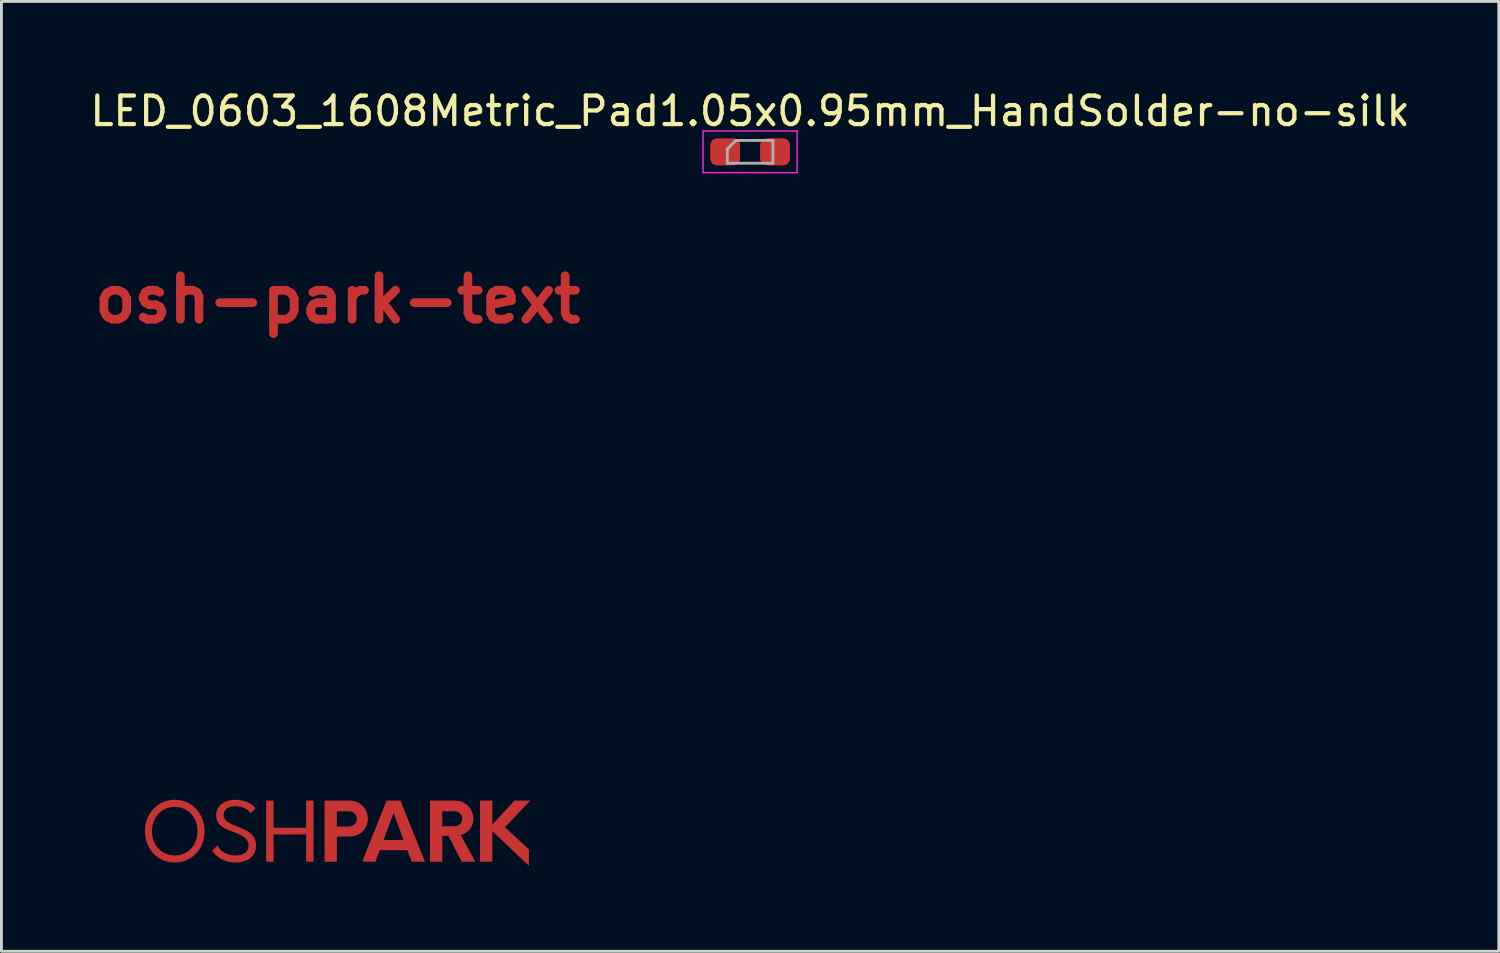
<source format=kicad_pcb>
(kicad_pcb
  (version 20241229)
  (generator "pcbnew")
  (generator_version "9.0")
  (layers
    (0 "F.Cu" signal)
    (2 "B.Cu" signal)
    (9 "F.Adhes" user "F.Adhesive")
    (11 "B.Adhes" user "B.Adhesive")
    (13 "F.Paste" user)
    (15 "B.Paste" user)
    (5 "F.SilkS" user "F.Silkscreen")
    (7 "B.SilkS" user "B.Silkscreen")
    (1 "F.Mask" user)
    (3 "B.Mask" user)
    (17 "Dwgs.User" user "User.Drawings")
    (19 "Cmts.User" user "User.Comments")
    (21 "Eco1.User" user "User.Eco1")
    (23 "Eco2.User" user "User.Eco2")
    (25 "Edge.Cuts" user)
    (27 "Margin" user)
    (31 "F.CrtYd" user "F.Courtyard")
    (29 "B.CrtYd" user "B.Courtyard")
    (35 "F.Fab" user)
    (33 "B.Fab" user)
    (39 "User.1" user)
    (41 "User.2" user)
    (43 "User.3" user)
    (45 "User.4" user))
  (footprint "LED_0603_1608Metric_Pad1.05x0.95mm_HandSolder-no-silk"
    (layer "F.Cu")
    (at 23.268 2.278)
    (property "Reference" "LED_0603_1608Metric_Pad1.05x0.95mm_HandSolder-no-silk" (at 0 -1.43 180) (layer "F.SilkS") (effects (font (size 1 1) (thickness 0.15))))
    (attr smd)
    (fp_line (start -1.65 -0.73) (end 1.65 -0.73) (stroke (width 0.05) (type solid)) (layer "F.CrtYd"))
    (fp_line (start -1.65 0.73) (end -1.65 -0.73) (stroke (width 0.05) (type solid)) (layer "F.CrtYd"))
    (fp_line (start 1.65 -0.73) (end 1.65 0.73) (stroke (width 0.05) (type solid)) (layer "F.CrtYd"))
    (fp_line (start 1.65 0.73) (end -1.65 0.73) (stroke (width 0.05) (type solid)) (layer "F.CrtYd"))
    (fp_line (start -0.8 -0.1) (end -0.8 0.4) (stroke (width 0.1) (type solid)) (layer "F.Fab"))
    (fp_line (start -0.8 0.4) (end 0.8 0.4) (stroke (width 0.1) (type solid)) (layer "F.Fab"))
    (fp_line (start -0.5 -0.4) (end -0.8 -0.1) (stroke (width 0.1) (type solid)) (layer "F.Fab"))
    (fp_line (start 0.8 -0.4) (end -0.5 -0.4) (stroke (width 0.1) (type solid)) (layer "F.Fab"))
    (fp_line (start 0.8 0.4) (end 0.8 -0.4) (stroke (width 0.1) (type solid)) (layer "F.Fab"))
    (pad "1" smd roundrect (at -0.875 0) (size 1.05 0.95) (layers "F.Cu" "F.Mask" "F.Paste") (roundrect_rratio 0.25))
    (pad "2" smd roundrect (at 0.875 0) (size 1.05 0.95) (layers "F.Cu" "F.Mask" "F.Paste") (roundrect_rratio 0.25)))
  (footprint "osh-park-text"
    (layer "F.Cu")
    (at 8.796 18.918)
    (property "Reference" "osh-park-text" (at 0 -11.458 0) (layer "F.Cu") (effects (font (size 1.524 1.524) (thickness 0.305))))
    (attr smd)
    (fp_poly (pts (xy 6.761 6.121) (xy 6.209 6.121) (xy 5.428 6.959) (xy 5.428 6.121) (xy 4.996 6.121) (xy 4.996 8.267) (xy 5.428 8.267) (xy 5.428 7.194) (xy 6.71 8.41) (xy 6.71 7.832) (xy 5.871 7.056) (xy 6.761 6.121)) (stroke (width 0) (type solid)) (fill yes) (layer "F.Cu"))
    (fp_poly (pts (xy -1.104 6.121) (xy -1.104 7.076) (xy -2.246 7.076) (xy -2.246 6.121) (xy -2.506 6.121) (xy -2.506 8.267) (xy -2.246 8.267) (xy -2.246 7.311) (xy -1.104 7.311) (xy -1.104 8.267) (xy -0.844 8.267) (xy -0.844 6.121) (xy -1.104 6.121)) (stroke (width 0) (type solid)) (fill yes) (layer "F.Cu"))
    (fp_poly (pts (xy 2.598 8.267) (xy 1.963 6.558) (xy 2.315 7.506) (xy 1.608 7.506) (xy 1.963 6.558) (xy 2.598 8.267) (xy 3.065 8.267) (xy 2.204 6.121) (xy 1.72 6.121) (xy 0.859 8.267) (xy 1.325 8.267) (xy 1.477 7.86) (xy 2.447 7.86) (xy 2.598 8.267)) (stroke (width 0) (type solid)) (fill yes) (layer "F.Cu"))
    (fp_poly (pts (xy 0.428 6.121) (xy -0.027 6.496) (xy 0.388 6.496) (xy 0.445 6.501) (xy 0.499 6.515) (xy 0.547 6.538) (xy 0.589 6.57) (xy 0.623 6.608) (xy 0.649 6.654) (xy 0.665 6.705) (xy 0.671 6.762) (xy 0.665 6.82) (xy 0.649 6.873) (xy 0.623 6.919) (xy 0.589 6.957) (xy 0.547 6.989) (xy 0.499 7.012) (xy 0.445 7.026) (xy 0.388 7.031) (xy 0.388 7.031) (xy -0.027 7.031) (xy -0.027 6.496) (xy 0.428 6.121) (xy -0.459 6.121) (xy -0.459 8.267) (xy -0.027 8.267) (xy -0.027 7.383) (xy 0.428 7.383) (xy 0.558 7.37) (xy 0.678 7.335) (xy 0.786 7.279) (xy 0.88 7.204) (xy 0.956 7.112) (xy 1.014 7.006) (xy 1.05 6.888) (xy 1.063 6.759) (xy 1.05 6.63) (xy 1.014 6.511) (xy 0.956 6.402) (xy 0.88 6.308) (xy 0.786 6.23) (xy 0.678 6.171) (xy 0.558 6.134) (xy 0.428 6.121) (xy 0.428 6.121)) (stroke (width 0) (type solid)) (fill yes) (layer "F.Cu"))
    (fp_poly (pts (xy 4.317 7.328) (xy 4.11 7.022) (xy 3.672 7.022) (xy 3.672 6.496) (xy 4.11 6.496) (xy 4.163 6.501) (xy 4.212 6.516) (xy 4.257 6.54) (xy 4.295 6.571) (xy 4.327 6.61) (xy 4.35 6.655) (xy 4.365 6.705) (xy 4.37 6.759) (xy 4.365 6.813) (xy 4.351 6.863) (xy 4.327 6.907) (xy 4.296 6.946) (xy 4.258 6.978) (xy 4.214 7.002) (xy 4.164 7.017) (xy 4.11 7.022) (xy 4.11 7.022) (xy 4.317 7.328) (xy 4.41 7.297) (xy 4.496 7.252) (xy 4.572 7.195) (xy 4.637 7.127) (xy 4.69 7.048) (xy 4.73 6.961) (xy 4.754 6.865) (xy 4.762 6.762) (xy 4.75 6.632) (xy 4.713 6.511) (xy 4.655 6.402) (xy 4.578 6.307) (xy 4.484 6.229) (xy 4.376 6.171) (xy 4.256 6.134) (xy 4.127 6.121) (xy 3.24 6.121) (xy 3.24 8.267) (xy 3.672 8.267) (xy 3.672 7.357) (xy 3.884 7.357) (xy 4.353 8.267) (xy 4.837 8.267) (xy 4.316 7.328) (xy 4.317 7.328)) (stroke (width 0) (type solid)) (fill yes) (layer "F.Cu"))
    (fp_poly (pts (xy -3.591 8.295) (xy -3.442 8.286) (xy -3.304 8.259) (xy -3.18 8.213) (xy -3.072 8.148) (xy -2.984 8.064) (xy -2.918 7.96) (xy -2.876 7.836) (xy -2.861 7.692) (xy -2.877 7.552) (xy -2.921 7.435) (xy -2.99 7.337) (xy -3.078 7.254) (xy -3.18 7.185) (xy -3.292 7.127) (xy -3.528 7.028) (xy -3.707 6.956) (xy -3.857 6.873) (xy -3.916 6.824) (xy -3.961 6.768) (xy -3.99 6.704) (xy -4 6.63) (xy -3.992 6.555) (xy -3.968 6.491) (xy -3.93 6.437) (xy -3.88 6.394) (xy -3.82 6.36) (xy -3.752 6.337) (xy -3.677 6.323) (xy -3.597 6.318) (xy -3.501 6.323) (xy -3.413 6.336) (xy -3.333 6.358) (xy -3.26 6.388) (xy -3.196 6.424) (xy -3.139 6.466) (xy -3.05 6.567) (xy -2.876 6.389) (xy -2.935 6.327) (xy -3.003 6.271) (xy -3.081 6.22) (xy -3.169 6.176) (xy -3.265 6.141) (xy -3.369 6.114) (xy -3.482 6.098) (xy -3.603 6.092) (xy -3.735 6.101) (xy -3.858 6.128) (xy -3.97 6.172) (xy -4.069 6.234) (xy -4.15 6.313) (xy -4.211 6.409) (xy -4.25 6.521) (xy -4.264 6.649) (xy -4.25 6.769) (xy -4.21 6.87) (xy -4.149 6.954) (xy -4.071 7.025) (xy -3.978 7.085) (xy -3.875 7.137) (xy -3.654 7.225) (xy -3.457 7.304) (xy -3.367 7.349) (xy -3.287 7.4) (xy -3.22 7.459) (xy -3.168 7.528) (xy -3.136 7.609) (xy -3.125 7.705) (xy -3.135 7.789) (xy -3.162 7.86) (xy -3.204 7.919) (xy -3.259 7.966) (xy -3.327 8.002) (xy -3.404 8.027) (xy -3.49 8.041) (xy -3.583 8.046) (xy -3.691 8.039) (xy -3.793 8.02) (xy -3.889 7.989) (xy -3.976 7.947) (xy -4.053 7.896) (xy -4.119 7.835) (xy -4.172 7.765) (xy -4.212 7.688) (xy -4.401 7.88) (xy -4.338 7.968) (xy -4.261 8.047) (xy -4.172 8.118) (xy -4.072 8.179) (xy -3.963 8.228) (xy -3.845 8.264) (xy -3.721 8.287) (xy -3.591 8.295) (xy -3.591 8.295)) (stroke (width 0) (type solid)) (fill yes) (layer "F.Cu"))
    (fp_poly (pts (xy -5.714 8.295) (xy -5.714 8.046) (xy -5.885 8.029) (xy -6.039 7.98) (xy -6.176 7.903) (xy -6.293 7.799) (xy -6.387 7.674) (xy -6.457 7.529) (xy -6.5 7.368) (xy -6.515 7.194) (xy -6.5 7.02) (xy -6.457 6.859) (xy -6.387 6.714) (xy -6.293 6.588) (xy -6.176 6.485) (xy -6.039 6.407) (xy -5.885 6.358) (xy -5.714 6.341) (xy -5.542 6.358) (xy -5.388 6.407) (xy -5.251 6.485) (xy -5.136 6.588) (xy -5.042 6.714) (xy -4.973 6.859) (xy -4.93 7.02) (xy -4.916 7.194) (xy -4.93 7.368) (xy -4.973 7.529) (xy -5.042 7.674) (xy -5.136 7.799) (xy -5.251 7.903) (xy -5.388 7.98) (xy -5.542 8.029) (xy -5.714 8.046) (xy -5.714 8.295) (xy -5.602 8.289) (xy -5.495 8.273) (xy -5.392 8.246) (xy -5.294 8.209) (xy -5.202 8.162) (xy -5.116 8.107) (xy -5.036 8.044) (xy -4.963 7.973) (xy -4.897 7.895) (xy -4.838 7.81) (xy -4.787 7.719) (xy -4.745 7.623) (xy -4.711 7.521) (xy -4.687 7.416) (xy -4.672 7.306) (xy -4.667 7.193) (xy -4.672 7.081) (xy -4.687 6.971) (xy -4.711 6.865) (xy -4.745 6.764) (xy -4.787 6.668) (xy -4.838 6.577) (xy -4.897 6.492) (xy -4.963 6.414) (xy -5.036 6.343) (xy -5.116 6.28) (xy -5.202 6.224) (xy -5.294 6.178) (xy -5.392 6.141) (xy -5.495 6.114) (xy -5.602 6.097) (xy -5.714 6.091) (xy -5.826 6.097) (xy -5.934 6.114) (xy -6.037 6.141) (xy -6.135 6.178) (xy -6.227 6.224) (xy -6.313 6.28) (xy -6.393 6.343) (xy -6.466 6.414) (xy -6.532 6.492) (xy -6.59 6.577) (xy -6.641 6.668) (xy -6.683 6.764) (xy -6.717 6.865) (xy -6.741 6.971) (xy -6.756 7.081) (xy -6.761 7.193) (xy -6.756 7.306) (xy -6.741 7.416) (xy -6.717 7.521) (xy -6.683 7.623) (xy -6.641 7.719) (xy -6.59 7.81) (xy -6.532 7.895) (xy -6.466 7.973) (xy -6.393 8.044) (xy -6.313 8.107) (xy -6.227 8.162) (xy -6.135 8.209) (xy -6.037 8.246) (xy -5.934 8.273) (xy -5.826 8.289) (xy -5.714 8.295)) (stroke (width 0) (type solid)) (fill yes) (layer "F.Cu")))
  (gr_rect
    (start -3 -3)
    (end 49.536 30.327)
    (stroke (width 0.1) (type default))
    (fill no)
    (layer "Edge.Cuts")))
</source>
